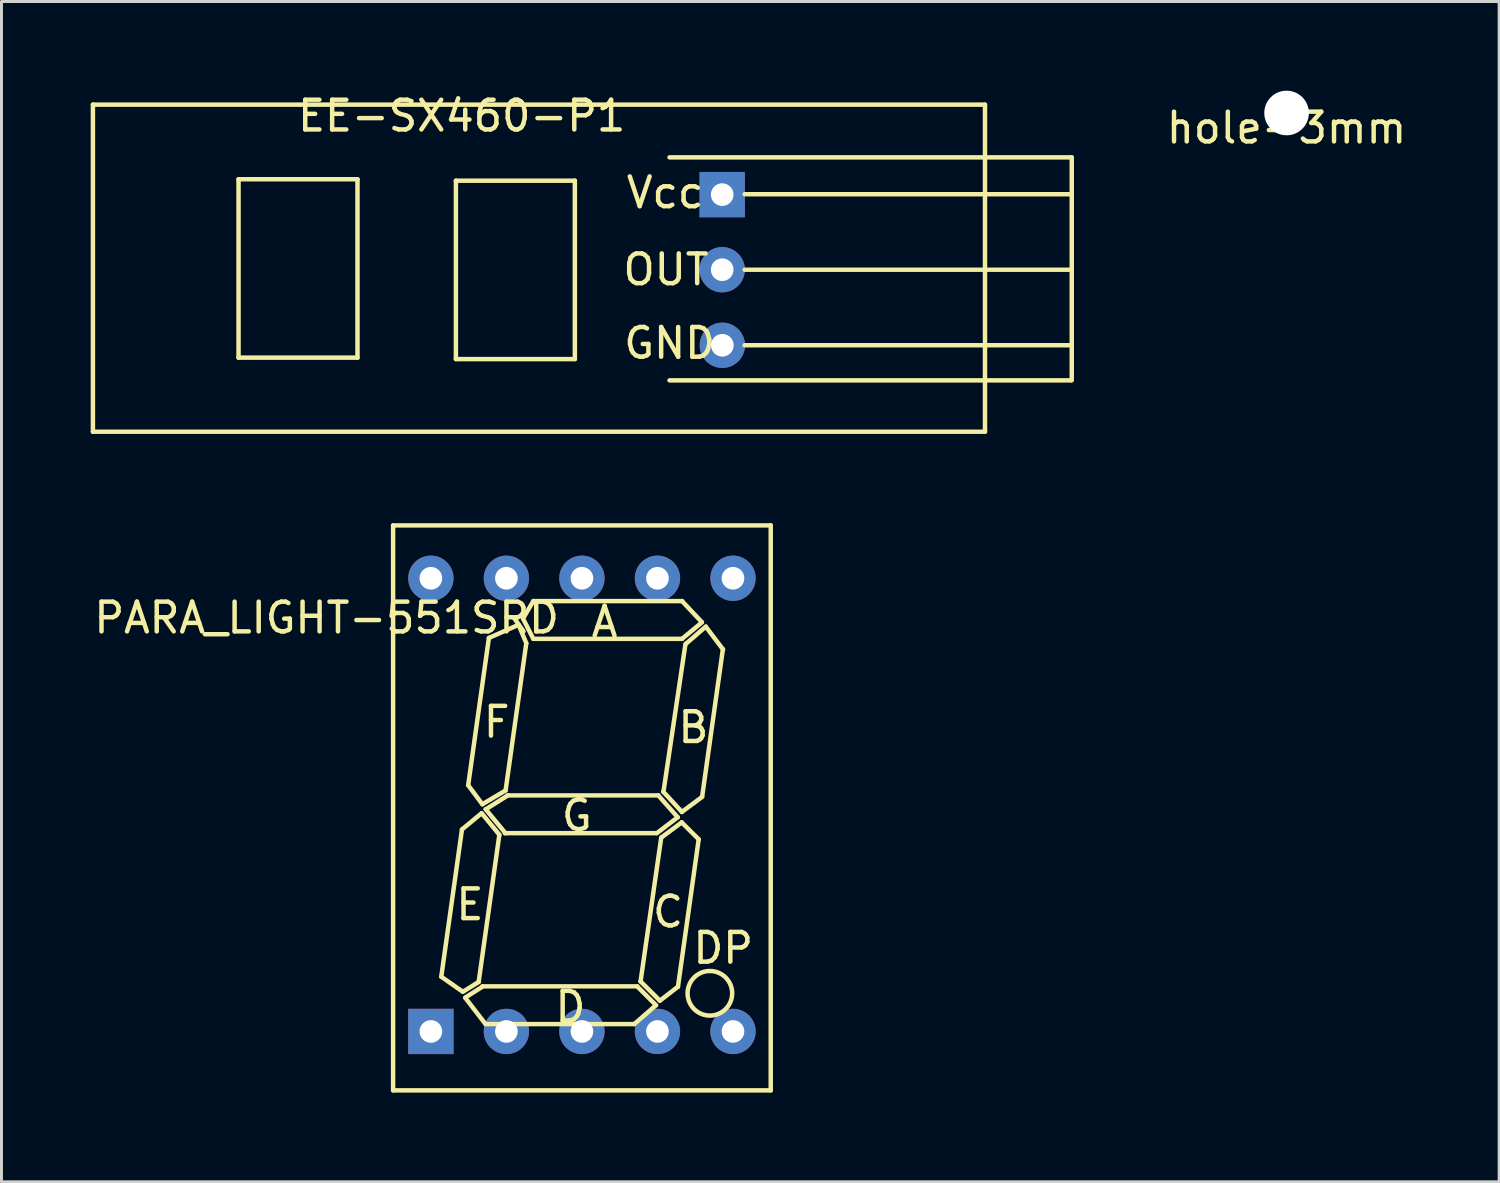
<source format=kicad_pcb>
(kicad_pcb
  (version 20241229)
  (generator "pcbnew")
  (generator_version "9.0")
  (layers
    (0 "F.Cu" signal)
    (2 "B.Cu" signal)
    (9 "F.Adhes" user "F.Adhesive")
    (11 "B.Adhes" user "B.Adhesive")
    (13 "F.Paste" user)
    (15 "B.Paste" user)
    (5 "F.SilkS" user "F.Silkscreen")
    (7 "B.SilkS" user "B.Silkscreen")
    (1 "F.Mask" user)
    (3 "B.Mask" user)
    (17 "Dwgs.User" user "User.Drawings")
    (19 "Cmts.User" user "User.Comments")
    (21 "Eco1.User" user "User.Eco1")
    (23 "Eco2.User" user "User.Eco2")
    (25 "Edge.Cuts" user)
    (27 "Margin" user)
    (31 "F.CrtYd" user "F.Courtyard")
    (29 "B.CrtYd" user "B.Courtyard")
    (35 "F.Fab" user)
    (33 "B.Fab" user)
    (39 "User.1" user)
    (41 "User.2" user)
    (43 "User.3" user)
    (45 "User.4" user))
  (footprint "EE-SX460-P1"
    (layer "F.Cu")
    (at 15.075 5.969)
    (property "Reference" "EE-SX460-P1" (at -2.598 -5.121 0) (layer "F.SilkS") (effects (font (size 1 1) (thickness 0.15))))
    (attr through_hole)
    (fp_line (start -15 -5.5) (end -15 5.5) (stroke (width 0.15) (type solid)) (layer "F.SilkS"))
    (fp_line (start -15 -5.5) (end 15 -5.5) (stroke (width 0.15) (type solid)) (layer "F.SilkS"))
    (fp_line (start -15 5.5) (end 15 5.5) (stroke (width 0.15) (type solid)) (layer "F.SilkS"))
    (fp_line (start -10.103 -2.991) (end -10.103 3.009) (stroke (width 0.15) (type solid)) (layer "F.SilkS"))
    (fp_line (start -10.103 -2.991) (end -6.103 -2.991) (stroke (width 0.15) (type solid)) (layer "F.SilkS"))
    (fp_line (start -10.103 3.009) (end -6.103 3.009) (stroke (width 0.15) (type solid)) (layer "F.SilkS"))
    (fp_line (start -6.103 -2.991) (end -6.103 3.009) (stroke (width 0.15) (type solid)) (layer "F.SilkS"))
    (fp_line (start -2.793 -2.943) (end -2.793 3.057) (stroke (width 0.15) (type solid)) (layer "F.SilkS"))
    (fp_line (start -2.793 -2.943) (end 1.207 -2.943) (stroke (width 0.15) (type solid)) (layer "F.SilkS"))
    (fp_line (start -2.793 3.057) (end 1.207 3.057) (stroke (width 0.15) (type solid)) (layer "F.SilkS"))
    (fp_line (start 1.207 -2.943) (end 1.207 3.057) (stroke (width 0.15) (type solid)) (layer "F.SilkS"))
    (fp_line (start 4.39 -3.727) (end 17.89 -3.727) (stroke (width 0.15) (type solid)) (layer "F.SilkS"))
    (fp_line (start 4.39 3.773) (end 17.89 3.773) (stroke (width 0.15) (type solid)) (layer "F.SilkS"))
    (fp_line (start 6.918 -2.488) (end 17.918 -2.488) (stroke (width 0.15) (type solid)) (layer "F.SilkS"))
    (fp_line (start 6.918 0.052) (end 17.918 0.052) (stroke (width 0.15) (type solid)) (layer "F.SilkS"))
    (fp_line (start 6.918 2.592) (end 17.918 2.592) (stroke (width 0.15) (type solid)) (layer "F.SilkS"))
    (fp_line (start 15 -5.5) (end 15 5.5) (stroke (width 0.15) (type solid)) (layer "F.SilkS"))
    (fp_line (start 17.918 -3.73) (end 17.918 3.77) (stroke (width 0.15) (type solid)) (layer "F.SilkS"))
    (fp_text user "Vcc" (at 4.245 -2.541 0) (layer "F.SilkS") (effects (font (size 1 1) (thickness 0.15))))
    (fp_text user "GND" (at 4.395 2.522 0) (layer "F.SilkS") (effects (font (size 1 1) (thickness 0.15))))
    (fp_text user "OUT" (at 4.273 0.048 0) (layer "F.SilkS") (effects (font (size 1 1) (thickness 0.15))))
    (pad "1" thru_hole rect (at 6.162 -2.474) (size 1.524 1.524) (drill 0.762) (layers "*.Cu" "*.Mask"))
    (pad "2" thru_hole circle (at 6.162 0.051) (size 1.524 1.524) (drill 0.762) (layers "*.Cu" "*.Mask"))
    (pad "3" thru_hole circle (at 6.167 2.593) (size 1.524 1.524) (drill 0.762) (layers "*.Cu" "*.Mask")))
  (footprint "PARA_LIGHT-551SRD"
    (layer "F.Cu")
    (at 16.52 24.144)
    (property "Reference" "PARA_LIGHT-551SRD" (at -8.585 -6.416 0) (layer "F.SilkS") (effects (font (size 1 1) (thickness 0.15))))
    (attr through_hole)
    (fp_line (start -6.35 -9.525) (end -6.35 9.475) (stroke (width 0.15) (type solid)) (layer "F.SilkS"))
    (fp_line (start -6.35 -9.525) (end 6.35 -9.525) (stroke (width 0.15) (type solid)) (layer "F.SilkS"))
    (fp_line (start -6.35 9.475) (end 6.35 9.475) (stroke (width 0.15) (type solid)) (layer "F.SilkS"))
    (fp_line (start -4.73 5.653) (end -4.034 0.701) (stroke (width 0.15) (type solid)) (layer "F.SilkS"))
    (fp_line (start -4.011 6.155) (end -4.73 5.653) (stroke (width 0.15) (type solid)) (layer "F.SilkS"))
    (fp_line (start -3.919 6.368) (end -3.241 7.246) (stroke (width 0.15) (type solid)) (layer "F.SilkS"))
    (fp_line (start -3.825 -0.787) (end -3.346 -0.143) (stroke (width 0.15) (type solid)) (layer "F.SilkS"))
    (fp_line (start -3.473 5.83) (end -4.001 6.157) (stroke (width 0.15) (type solid)) (layer "F.SilkS"))
    (fp_line (start -3.473 5.83) (end -2.777 0.878) (stroke (width 0.15) (type solid)) (layer "F.SilkS"))
    (fp_line (start -3.378 0.158) (end -4.034 0.7) (stroke (width 0.15) (type solid)) (layer "F.SilkS"))
    (fp_line (start -3.345 -0.151) (end -2.567 -0.611) (stroke (width 0.15) (type solid)) (layer "F.SilkS"))
    (fp_line (start -3.337 5.982) (end -3.927 6.355) (stroke (width 0.15) (type solid)) (layer "F.SilkS"))
    (fp_line (start -3.238 0.02) (end -2.568 0.828) (stroke (width 0.15) (type solid)) (layer "F.SilkS"))
    (fp_line (start -3.129 -5.74) (end -3.825 -0.789) (stroke (width 0.15) (type solid)) (layer "F.SilkS"))
    (fp_line (start -3.129 -5.74) (end -2.133 -6.182) (stroke (width 0.15) (type solid)) (layer "F.SilkS"))
    (fp_line (start -2.777 0.877) (end -3.373 0.153) (stroke (width 0.15) (type solid)) (layer "F.SilkS"))
    (fp_line (start -2.489 -0.447) (end -3.231 0.021) (stroke (width 0.15) (type solid)) (layer "F.SilkS"))
    (fp_line (start -2.13 -6.184) (end -1.871 -5.563) (stroke (width 0.15) (type solid)) (layer "F.SilkS"))
    (fp_line (start -1.981 -6.391) (end -1.635 -5.71) (stroke (width 0.15) (type solid)) (layer "F.SilkS"))
    (fp_line (start -1.871 -5.563) (end -2.567 -0.612) (stroke (width 0.15) (type solid)) (layer "F.SilkS"))
    (fp_line (start -1.635 -6.98) (end -1.981 -6.391) (stroke (width 0.15) (type solid)) (layer "F.SilkS"))
    (fp_line (start 1.76 7.246) (end -3.24 7.246) (stroke (width 0.15) (type solid)) (layer "F.SilkS"))
    (fp_line (start 1.862 5.981) (end 2.494 6.614) (stroke (width 0.15) (type solid)) (layer "F.SilkS"))
    (fp_line (start 1.862 5.976) (end -3.348 5.976) (stroke (width 0.15) (type solid)) (layer "F.SilkS"))
    (fp_line (start 1.972 5.811) (end 2.667 0.973) (stroke (width 0.15) (type solid)) (layer "F.SilkS"))
    (fp_line (start 2.489 6.611) (end 1.76 7.246) (stroke (width 0.15) (type solid)) (layer "F.SilkS"))
    (fp_line (start 2.497 0.825) (end -2.593 0.825) (stroke (width 0.15) (type solid)) (layer "F.SilkS"))
    (fp_line (start 2.565 -0.448) (end 3.221 0.29) (stroke (width 0.15) (type solid)) (layer "F.SilkS"))
    (fp_line (start 2.568 -0.445) (end -2.5 -0.445) (stroke (width 0.15) (type solid)) (layer "F.SilkS"))
    (fp_line (start 2.622 6.459) (end 1.972 5.811) (stroke (width 0.15) (type solid)) (layer "F.SilkS"))
    (fp_line (start 2.733 -0.572) (end 3.363 0.112) (stroke (width 0.15) (type solid)) (layer "F.SilkS"))
    (fp_line (start 3.221 0.29) (end 2.517 0.826) (stroke (width 0.15) (type solid)) (layer "F.SilkS"))
    (fp_line (start 3.23 5.988) (end 2.622 6.459) (stroke (width 0.15) (type solid)) (layer "F.SilkS"))
    (fp_line (start 3.23 5.988) (end 3.926 1.037) (stroke (width 0.15) (type solid)) (layer "F.SilkS"))
    (fp_line (start 3.358 0.462) (end 2.675 0.968) (stroke (width 0.15) (type solid)) (layer "F.SilkS"))
    (fp_line (start 3.358 0.112) (end 4.044 -0.396) (stroke (width 0.15) (type solid)) (layer "F.SilkS"))
    (fp_line (start 3.366 -6.98) (end -1.634 -6.98) (stroke (width 0.15) (type solid)) (layer "F.SilkS"))
    (fp_line (start 3.366 -6.98) (end 4.031 -6.274) (stroke (width 0.15) (type solid)) (layer "F.SilkS"))
    (fp_line (start 3.366 -5.71) (end -1.634 -5.71) (stroke (width 0.15) (type solid)) (layer "F.SilkS"))
    (fp_line (start 3.482 -5.538) (end 2.741 -0.561) (stroke (width 0.15) (type solid)) (layer "F.SilkS"))
    (fp_line (start 3.502 -5.548) (end 4.168 -6.124) (stroke (width 0.15) (type solid)) (layer "F.SilkS"))
    (fp_line (start 3.926 1.03) (end 3.353 0.462) (stroke (width 0.15) (type solid)) (layer "F.SilkS"))
    (fp_line (start 4.036 -6.264) (end 3.366 -5.71) (stroke (width 0.15) (type solid)) (layer "F.SilkS"))
    (fp_line (start 4.168 -6.116) (end 4.747 -5.352) (stroke (width 0.15) (type solid)) (layer "F.SilkS"))
    (fp_line (start 4.74 -5.361) (end 4.044 -0.41) (stroke (width 0.15) (type solid)) (layer "F.SilkS"))
    (fp_line (start 6.35 -9.525) (end 6.35 9.475) (stroke (width 0.15) (type solid)) (layer "F.SilkS"))
    (fp_circle (center 4.303 6.21) (end 5.053 6.21) (stroke (width 0.15) (type solid)) (fill no) (layer "F.SilkS"))
    (fp_text user "G" (at -0.17 0.234 0) (layer "F.SilkS") (effects (font (size 1 1) (thickness 0.15))))
    (fp_text user "E" (at -3.767 3.226 0) (layer "F.SilkS") (effects (font (size 1 1) (thickness 0.15))))
    (fp_text user "D" (at -0.386 6.673 0) (layer "F.SilkS") (effects (font (size 1 1) (thickness 0.15))))
    (fp_text user "C" (at 2.896 3.472 0) (layer "F.SilkS") (effects (font (size 1 1) (thickness 0.15))))
    (fp_text user "DP" (at 4.752 4.691 0) (layer "F.SilkS") (effects (font (size 1 1) (thickness 0.15))))
    (fp_text user "F" (at -2.868 -2.911 0) (layer "F.SilkS") (effects (font (size 1 1) (thickness 0.15))))
    (fp_text user "B" (at 3.749 -2.731 0) (layer "F.SilkS") (effects (font (size 1 1) (thickness 0.15))))
    (fp_text user "A" (at 0.762 -6.276 0) (layer "F.SilkS") (effects (font (size 1 1) (thickness 0.15))))
    (pad "1" thru_hole rect (at -5.08 7.493) (size 1.524 1.524) (drill 0.762) (layers "*.Cu" "*.Mask"))
    (pad "2" thru_hole circle (at -2.54 7.493) (size 1.524 1.524) (drill 0.762) (layers "*.Cu" "*.Mask"))
    (pad "3" thru_hole circle (at 0 7.493) (size 1.524 1.524) (drill 0.762) (layers "*.Cu" "*.Mask"))
    (pad "4" thru_hole circle (at 2.54 7.493) (size 1.524 1.524) (drill 0.762) (layers "*.Cu" "*.Mask"))
    (pad "5" thru_hole circle (at 5.08 7.493) (size 1.524 1.524) (drill 0.762) (layers "*.Cu" "*.Mask"))
    (pad "6" thru_hole circle (at 5.08 -7.747) (size 1.524 1.524) (drill 0.762) (layers "*.Cu" "*.Mask"))
    (pad "7" thru_hole circle (at 2.54 -7.747) (size 1.524 1.524) (drill 0.762) (layers "*.Cu" "*.Mask"))
    (pad "8" thru_hole circle (at 0 -7.747) (size 1.524 1.524) (drill 0.762) (layers "*.Cu" "*.Mask"))
    (pad "9" thru_hole circle (at -2.54 -7.747) (size 1.524 1.524) (drill 0.762) (layers "*.Cu" "*.Mask"))
    (pad "10" thru_hole circle (at -5.08 -7.747) (size 1.524 1.524) (drill 0.762) (layers "*.Cu" "*.Mask")))
  (footprint "hole-3mm"
    (layer "F.Cu")
    (at 40.217 0.75)
    (property "Reference" "hole-3mm" (at 0 0.5 0) (layer "F.SilkS") (effects (font (size 1 1) (thickness 0.15))))
    (attr through_hole)
    (pad "" np_thru_hole circle (at 0 0) (size 1.5 1.5) (drill 1.5) (layers "*.Cu" "*.Mask")))
  (gr_rect
    (start -3 -3)
    (end 47.366 36.694)
    (stroke (width 0.1) (type default))
    (fill no)
    (layer "Edge.Cuts")))
</source>
